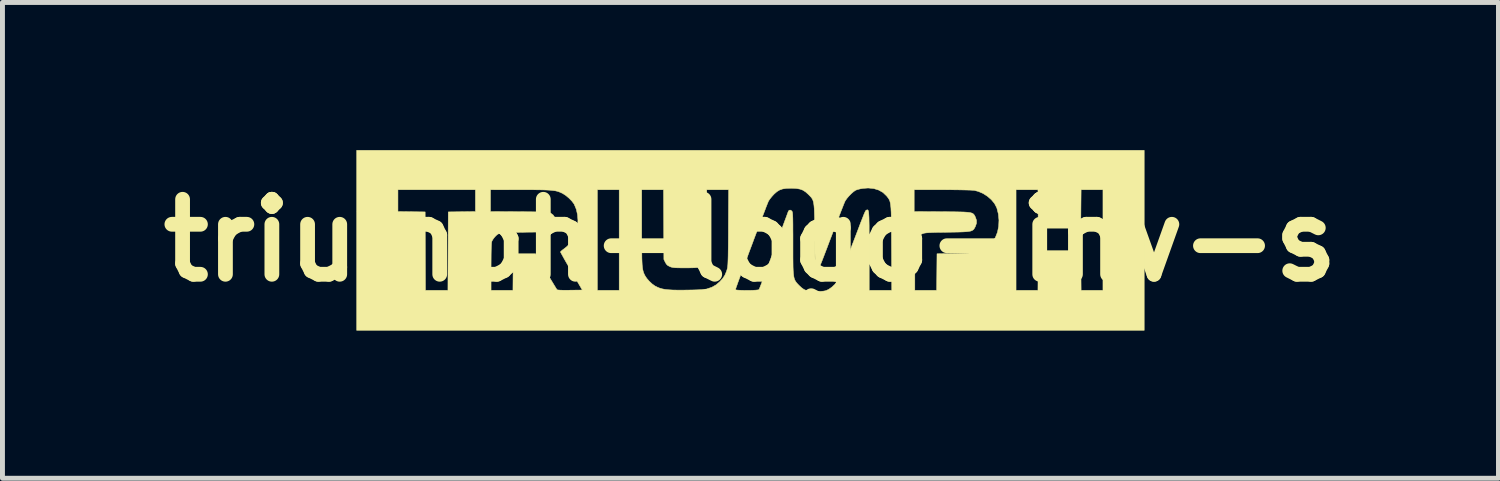
<source format=kicad_pcb>
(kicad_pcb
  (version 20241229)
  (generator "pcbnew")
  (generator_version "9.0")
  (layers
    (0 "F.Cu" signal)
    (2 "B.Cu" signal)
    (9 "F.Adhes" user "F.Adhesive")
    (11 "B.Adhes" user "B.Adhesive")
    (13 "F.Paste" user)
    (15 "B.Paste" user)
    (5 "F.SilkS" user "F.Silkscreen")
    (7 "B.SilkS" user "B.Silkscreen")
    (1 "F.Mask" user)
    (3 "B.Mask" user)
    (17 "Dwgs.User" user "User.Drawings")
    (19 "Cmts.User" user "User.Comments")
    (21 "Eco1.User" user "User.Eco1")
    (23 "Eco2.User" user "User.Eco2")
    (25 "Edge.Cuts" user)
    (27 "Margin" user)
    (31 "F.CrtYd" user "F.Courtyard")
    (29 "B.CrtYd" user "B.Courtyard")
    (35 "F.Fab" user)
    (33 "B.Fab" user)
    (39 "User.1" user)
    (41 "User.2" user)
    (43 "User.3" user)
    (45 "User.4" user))
  (footprint "triumph-logo-inv-s"
    (layer "F.Cu")
    (at 12.199 1.834)
    (property "Reference" "triumph-logo-inv-s" (at 0 0 0) (layer "F.SilkS") (effects (font (size 1.524 1.524) (thickness 0.3))))
    (attr through_hole)
    (fp_poly (pts (xy 8.001 1.829) (xy -8.001 1.829) (xy -8.001 -1.029) (xy -7.163 -1.029) (xy -7.163 -0.585) (xy -6.61 -0.578) (xy -6.604 1.016) (xy -6.147 1.016) (xy -6.144 0.219) (xy -6.14 -0.578) (xy -5.588 -0.585) (xy -5.588 -0.585) (xy -5.283 -0.585) (xy -4.696 -0.582) (xy -4.558 -0.581) (xy -4.443 -0.58) (xy -4.349 -0.579) (xy -4.273 -0.577) (xy -4.214 -0.576) (xy -4.167 -0.574) (xy -4.133 -0.571) (xy -4.107 -0.568) (xy -4.088 -0.564) (xy -4.073 -0.559) (xy -4.06 -0.553) (xy -4.058 -0.552) (xy -4.009 -0.515) (xy -3.976 -0.464) (xy -3.961 -0.405) (xy -3.961 -0.343) (xy -3.979 -0.284) (xy -4.013 -0.233) (xy -4.057 -0.199) (xy -4.071 -0.192) (xy -4.086 -0.186) (xy -4.105 -0.181) (xy -4.129 -0.178) (xy -4.163 -0.175) (xy -4.208 -0.172) (xy -4.268 -0.17) (xy -4.344 -0.169) (xy -4.439 -0.167) (xy -4.557 -0.166) (xy -4.591 -0.165) (xy -4.719 -0.163) (xy -4.825 -0.162) (xy -4.91 -0.16) (xy -4.978 -0.157) (xy -5.031 -0.153) (xy -5.071 -0.147) (xy -5.103 -0.139) (xy -5.127 -0.129) (xy -5.147 -0.116) (xy -5.166 -0.099) (xy -5.186 -0.079) (xy -5.196 -0.068) (xy -5.226 -0.03) (xy -5.249 0.009) (xy -5.256 0.024) (xy -5.261 0.051) (xy -5.264 0.101) (xy -5.267 0.176) (xy -5.269 0.275) (xy -5.27 0.399) (xy -5.271 0.542) (xy -5.271 1.016) (xy -4.826 1.016) (xy -4.82 0.273) (xy -4.366 0.273) (xy -4.155 0.631) (xy -4.103 0.718) (xy -4.056 0.798) (xy -4.013 0.869) (xy -3.978 0.927) (xy -3.951 0.971) (xy -3.934 0.997) (xy -3.93 1.003) (xy -3.911 1.008) (xy -3.867 1.012) (xy -3.799 1.014) (xy -3.706 1.014) (xy -3.666 1.013) (xy -3.416 1.01) (xy -3.638 0.629) (xy -3.69 0.539) (xy -3.738 0.456) (xy -3.78 0.383) (xy -3.814 0.321) (xy -3.84 0.274) (xy -3.856 0.245) (xy -3.86 0.235) (xy -3.85 0.222) (xy -3.825 0.2) (xy -3.797 0.179) (xy -3.738 0.133) (xy -3.679 0.076) (xy -3.625 0.015) (xy -3.584 -0.043) (xy -3.571 -0.069) (xy -3.533 -0.172) (xy -3.512 -0.286) (xy -3.505 -0.404) (xy -3.514 -0.521) (xy -3.538 -0.63) (xy -3.578 -0.726) (xy -3.585 -0.74) (xy -3.627 -0.796) (xy -3.684 -0.855) (xy -3.749 -0.91) (xy -3.814 -0.952) (xy -3.826 -0.958) (xy -3.859 -0.973) (xy -3.89 -0.986) (xy -3.924 -0.997) (xy -3.961 -1.006) (xy -4.005 -1.012) (xy -4.058 -1.018) (xy -4.122 -1.022) (xy -4.2 -1.025) (xy -4.293 -1.027) (xy -4.405 -1.028) (xy -4.538 -1.028) (xy -4.677 -1.028) (xy -5.283 -1.029) (xy -3.111 -1.029) (xy -3.111 1.016) (xy -2.667 1.016) (xy -2.667 -1.029) (xy -2.21 -1.029) (xy -2.21 -0.264) (xy -2.21 -0.095) (xy -2.209 0.05) (xy -2.209 0.174) (xy -2.207 0.279) (xy -2.206 0.366) (xy -2.203 0.439) (xy -2.2 0.498) (xy -2.195 0.547) (xy -2.189 0.587) (xy -2.182 0.62) (xy -2.174 0.648) (xy -2.164 0.674) (xy -2.152 0.699) (xy -2.145 0.714) (xy -2.108 0.771) (xy -2.056 0.831) (xy -1.997 0.886) (xy -1.94 0.927) (xy -1.934 0.93) (xy -1.888 0.953) (xy -1.841 0.972) (xy -1.791 0.986) (xy -1.733 0.997) (xy -1.665 1.004) (xy -1.583 1.009) (xy -1.485 1.011) (xy -1.366 1.011) (xy -1.289 1.01) (xy -1.169 1.008) (xy -1.072 1.005) (xy -0.996 1.001) (xy -0.99 1.001) (xy -0.305 1.001) (xy -0.293 1.007) (xy -0.26 1.011) (xy -0.212 1.014) (xy -0.153 1.016) (xy -0.087 1.017) (xy -0.02 1.017) (xy 0.044 1.015) (xy 0.1 1.012) (xy 0.144 1.008) (xy 0.17 1.003) (xy 0.174 1) (xy 0.181 0.986) (xy 0.195 0.95) (xy 0.217 0.894) (xy 0.245 0.82) (xy 0.279 0.73) (xy 0.318 0.627) (xy 0.361 0.512) (xy 0.407 0.388) (xy 0.456 0.256) (xy 0.476 0.203) (xy 0.526 0.069) (xy 0.573 -0.059) (xy 0.617 -0.178) (xy 0.657 -0.285) (xy 0.692 -0.38) (xy 0.722 -0.46) (xy 0.745 -0.523) (xy 0.761 -0.567) (xy 0.77 -0.59) (xy 0.771 -0.593) (xy 0.789 -0.613) (xy 0.816 -0.614) (xy 0.841 -0.596) (xy 0.846 -0.588) (xy 0.851 -0.577) (xy 0.854 -0.561) (xy 0.857 -0.536) (xy 0.859 -0.502) (xy 0.861 -0.456) (xy 0.862 -0.396) (xy 0.863 -0.319) (xy 0.863 -0.223) (xy 0.864 -0.107) (xy 0.864 0.032) (xy 0.864 0.055) (xy 0.864 0.209) (xy 0.864 0.34) (xy 0.865 0.45) (xy 0.866 0.542) (xy 0.869 0.617) (xy 0.874 0.678) (xy 0.88 0.728) (xy 0.888 0.767) (xy 0.899 0.8) (xy 0.913 0.827) (xy 0.93 0.852) (xy 0.95 0.876) (xy 0.974 0.901) (xy 0.983 0.911) (xy 1.036 0.961) (xy 1.086 0.997) (xy 1.141 1.021) (xy 1.206 1.034) (xy 1.288 1.04) (xy 1.334 1.041) (xy 1.419 1.039) (xy 1.49 1.031) (xy 1.534 1.022) (xy 1.592 0.995) (xy 1.655 0.95) (xy 1.716 0.893) (xy 1.768 0.828) (xy 1.777 0.815) (xy 1.789 0.791) (xy 1.809 0.747) (xy 1.835 0.683) (xy 1.868 0.603) (xy 1.906 0.509) (xy 1.948 0.403) (xy 1.993 0.288) (xy 2.039 0.167) (xy 2.062 0.107) (xy 2.119 -0.041) (xy 2.167 -0.167) (xy 2.207 -0.272) (xy 2.24 -0.36) (xy 2.268 -0.43) (xy 2.29 -0.486) (xy 2.307 -0.529) (xy 2.321 -0.561) (xy 2.331 -0.583) (xy 2.339 -0.598) (xy 2.346 -0.607) (xy 2.351 -0.612) (xy 2.356 -0.614) (xy 2.36 -0.616) (xy 2.371 -0.619) (xy 2.38 -0.62) (xy 2.387 -0.615) (xy 2.394 -0.604) (xy 2.399 -0.585) (xy 2.403 -0.555) (xy 2.406 -0.514) (xy 2.409 -0.46) (xy 2.41 -0.39) (xy 2.412 -0.303) (xy 2.412 -0.198) (xy 2.413 -0.072) (xy 2.413 0.076) (xy 2.413 0.218) (xy 2.413 1.016) (xy 2.872 1.016) (xy 2.867 0.156) (xy 2.866 -0.021) (xy 2.865 -0.174) (xy 2.864 -0.306) (xy 2.863 -0.418) (xy 2.861 -0.512) (xy 2.859 -0.585) (xy 3.327 -0.585) (xy 3.889 -0.582) (xy 4.032 -0.581) (xy 4.151 -0.58) (xy 4.25 -0.578) (xy 4.33 -0.576) (xy 4.393 -0.572) (xy 4.442 -0.567) (xy 4.48 -0.56) (xy 4.507 -0.551) (xy 4.527 -0.539) (xy 4.542 -0.524) (xy 4.554 -0.506) (xy 4.565 -0.485) (xy 4.57 -0.474) (xy 4.593 -0.409) (xy 4.593 -0.348) (xy 4.571 -0.284) (xy 4.569 -0.279) (xy 4.555 -0.253) (xy 4.542 -0.231) (xy 4.526 -0.214) (xy 4.505 -0.2) (xy 4.477 -0.189) (xy 4.438 -0.182) (xy 4.388 -0.176) (xy 4.322 -0.172) (xy 4.239 -0.169) (xy 4.136 -0.167) (xy 4.01 -0.165) (xy 3.994 -0.165) (xy 3.869 -0.163) (xy 3.768 -0.162) (xy 3.685 -0.159) (xy 3.621 -0.156) (xy 3.57 -0.152) (xy 3.531 -0.146) (xy 3.502 -0.137) (xy 3.478 -0.126) (xy 3.458 -0.111) (xy 3.439 -0.093) (xy 3.418 -0.071) (xy 3.415 -0.068) (xy 3.385 -0.03) (xy 3.361 0.009) (xy 3.354 0.024) (xy 3.35 0.051) (xy 3.346 0.101) (xy 3.344 0.176) (xy 3.342 0.275) (xy 3.34 0.399) (xy 3.34 0.542) (xy 3.34 1.016) (xy 3.784 1.016) (xy 3.791 0.273) (xy 4.172 0.266) (xy 4.293 0.263) (xy 4.393 0.26) (xy 4.473 0.256) (xy 4.538 0.251) (xy 4.59 0.243) (xy 4.632 0.234) (xy 4.669 0.221) (xy 4.703 0.205) (xy 4.737 0.185) (xy 4.75 0.177) (xy 4.801 0.139) (xy 4.856 0.089) (xy 4.909 0.035) (xy 4.952 -0.019) (xy 4.978 -0.06) (xy 5.02 -0.166) (xy 5.044 -0.285) (xy 5.05 -0.409) (xy 5.038 -0.534) (xy 5.008 -0.653) (xy 5.002 -0.668) (xy 4.96 -0.749) (xy 4.896 -0.826) (xy 4.817 -0.895) (xy 4.727 -0.953) (xy 4.631 -0.994) (xy 4.547 -1.016) (xy 4.516 -1.018) (xy 4.462 -1.021) (xy 4.389 -1.023) (xy 4.299 -1.025) (xy 4.195 -1.027) (xy 4.08 -1.028) (xy 3.957 -1.029) (xy 3.896 -1.029) (xy 3.327 -1.029) (xy 5.397 -1.029) (xy 5.397 1.016) (xy 5.842 1.016) (xy 5.845 0.613) (xy 5.848 0.21) (xy 6.712 0.21) (xy 6.719 1.016) (xy 7.163 1.016) (xy 7.163 -1.029) (xy 6.941 -1.029) (xy 6.719 -1.029) (xy 6.715 -0.638) (xy 6.712 -0.248) (xy 5.848 -0.248) (xy 5.845 -0.638) (xy 5.842 -1.029) (xy 5.62 -1.029) (xy 5.397 -1.029) (xy 3.327 -1.029) (xy 3.327 -0.585) (xy 2.859 -0.585) (xy 2.858 -0.59) (xy 2.855 -0.654) (xy 2.85 -0.706) (xy 2.844 -0.749) (xy 2.837 -0.782) (xy 2.828 -0.81) (xy 2.817 -0.833) (xy 2.804 -0.854) (xy 2.789 -0.874) (xy 2.772 -0.896) (xy 2.764 -0.905) (xy 2.693 -0.973) (xy 2.606 -1.022) (xy 2.505 -1.053) (xy 2.392 -1.064) (xy 2.285 -1.056) (xy 2.229 -1.046) (xy 2.177 -1.033) (xy 2.139 -1.019) (xy 2.137 -1.018) (xy 2.097 -0.991) (xy 2.049 -0.949) (xy 2 -0.899) (xy 1.957 -0.848) (xy 1.926 -0.802) (xy 1.921 -0.793) (xy 1.912 -0.772) (xy 1.894 -0.729) (xy 1.87 -0.667) (xy 1.839 -0.589) (xy 1.804 -0.497) (xy 1.764 -0.394) (xy 1.721 -0.282) (xy 1.675 -0.163) (xy 1.664 -0.133) (xy 1.607 0.016) (xy 1.559 0.144) (xy 1.518 0.251) (xy 1.484 0.34) (xy 1.456 0.412) (xy 1.433 0.469) (xy 1.415 0.513) (xy 1.401 0.546) (xy 1.391 0.569) (xy 1.383 0.584) (xy 1.376 0.594) (xy 1.371 0.599) (xy 1.366 0.601) (xy 1.355 0.605) (xy 1.346 0.606) (xy 1.338 0.602) (xy 1.331 0.591) (xy 1.326 0.571) (xy 1.322 0.541) (xy 1.318 0.498) (xy 1.316 0.44) (xy 1.314 0.366) (xy 1.312 0.274) (xy 1.31 0.161) (xy 1.309 0.026) (xy 1.308 -0.073) (xy 1.306 -0.227) (xy 1.305 -0.359) (xy 1.303 -0.47) (xy 1.3 -0.562) (xy 1.297 -0.638) (xy 1.292 -0.699) (xy 1.286 -0.748) (xy 1.278 -0.788) (xy 1.267 -0.82) (xy 1.254 -0.846) (xy 1.238 -0.87) (xy 1.218 -0.892) (xy 1.195 -0.916) (xy 1.175 -0.936) (xy 1.121 -0.984) (xy 1.067 -1.019) (xy 1.008 -1.041) (xy 0.937 -1.054) (xy 0.848 -1.059) (xy 0.819 -1.059) (xy 0.728 -1.056) (xy 0.655 -1.045) (xy 0.594 -1.024) (xy 0.539 -0.991) (xy 0.484 -0.943) (xy 0.475 -0.934) (xy 0.434 -0.889) (xy 0.396 -0.841) (xy 0.368 -0.8) (xy 0.365 -0.793) (xy 0.356 -0.772) (xy 0.339 -0.73) (xy 0.315 -0.669) (xy 0.286 -0.592) (xy 0.251 -0.501) (xy 0.212 -0.399) (xy 0.17 -0.286) (xy 0.125 -0.167) (xy 0.078 -0.043) (xy 0.031 0.084) (xy -0.017 0.211) (xy -0.063 0.336) (xy -0.108 0.457) (xy -0.15 0.572) (xy -0.189 0.678) (xy -0.224 0.772) (xy -0.254 0.854) (xy -0.277 0.919) (xy -0.294 0.967) (xy -0.303 0.995) (xy -0.305 1.001) (xy -0.99 1.001) (xy -0.939 0.997) (xy -0.899 0.99) (xy -0.888 0.988) (xy -0.784 0.953) (xy -0.696 0.903) (xy -0.621 0.838) (xy -0.562 0.773) (xy -0.519 0.706) (xy -0.486 0.628) (xy -0.474 0.588) (xy -0.469 0.57) (xy -0.465 0.548) (xy -0.462 0.521) (xy -0.459 0.486) (xy -0.457 0.441) (xy -0.455 0.385) (xy -0.453 0.314) (xy -0.452 0.227) (xy -0.45 0.123) (xy -0.449 -0.002) (xy -0.448 -0.148) (xy -0.448 -0.257) (xy -0.443 -1.029) (xy -0.665 -1.029) (xy -0.888 -1.029) (xy -0.892 -0.314) (xy -0.892 -0.162) (xy -0.893 -0.032) (xy -0.894 0.076) (xy -0.895 0.165) (xy -0.896 0.237) (xy -0.898 0.294) (xy -0.9 0.339) (xy -0.902 0.372) (xy -0.905 0.397) (xy -0.908 0.416) (xy -0.913 0.43) (xy -0.918 0.442) (xy -0.923 0.452) (xy -0.95 0.491) (xy -0.987 0.518) (xy -1.014 0.532) (xy -1.039 0.541) (xy -1.063 0.548) (xy -1.092 0.553) (xy -1.131 0.556) (xy -1.182 0.558) (xy -1.251 0.559) (xy -1.327 0.559) (xy -1.415 0.559) (xy -1.481 0.558) (xy -1.53 0.556) (xy -1.567 0.552) (xy -1.595 0.547) (xy -1.62 0.54) (xy -1.639 0.532) (xy -1.681 0.51) (xy -1.709 0.482) (xy -1.73 0.446) (xy -1.759 0.387) (xy -1.766 -1.029) (xy -2.21 -1.029) (xy -2.667 -1.029) (xy -3.111 -1.029) (xy -5.283 -1.029) (xy -5.283 -0.585) (xy -5.588 -0.585) (xy -5.588 -1.029) (xy -7.163 -1.029) (xy -8.001 -1.029) (xy -8.001 -1.829) (xy 8.001 -1.829) (xy 8.001 1.829)) (stroke (width 0.01) (type solid)) (fill yes) (layer "F.SilkS")))
  (gr_rect
    (start -3 -3)
    (end 27.399 6.668)
    (stroke (width 0.1) (type default))
    (fill no)
    (layer "Edge.Cuts")))
</source>
